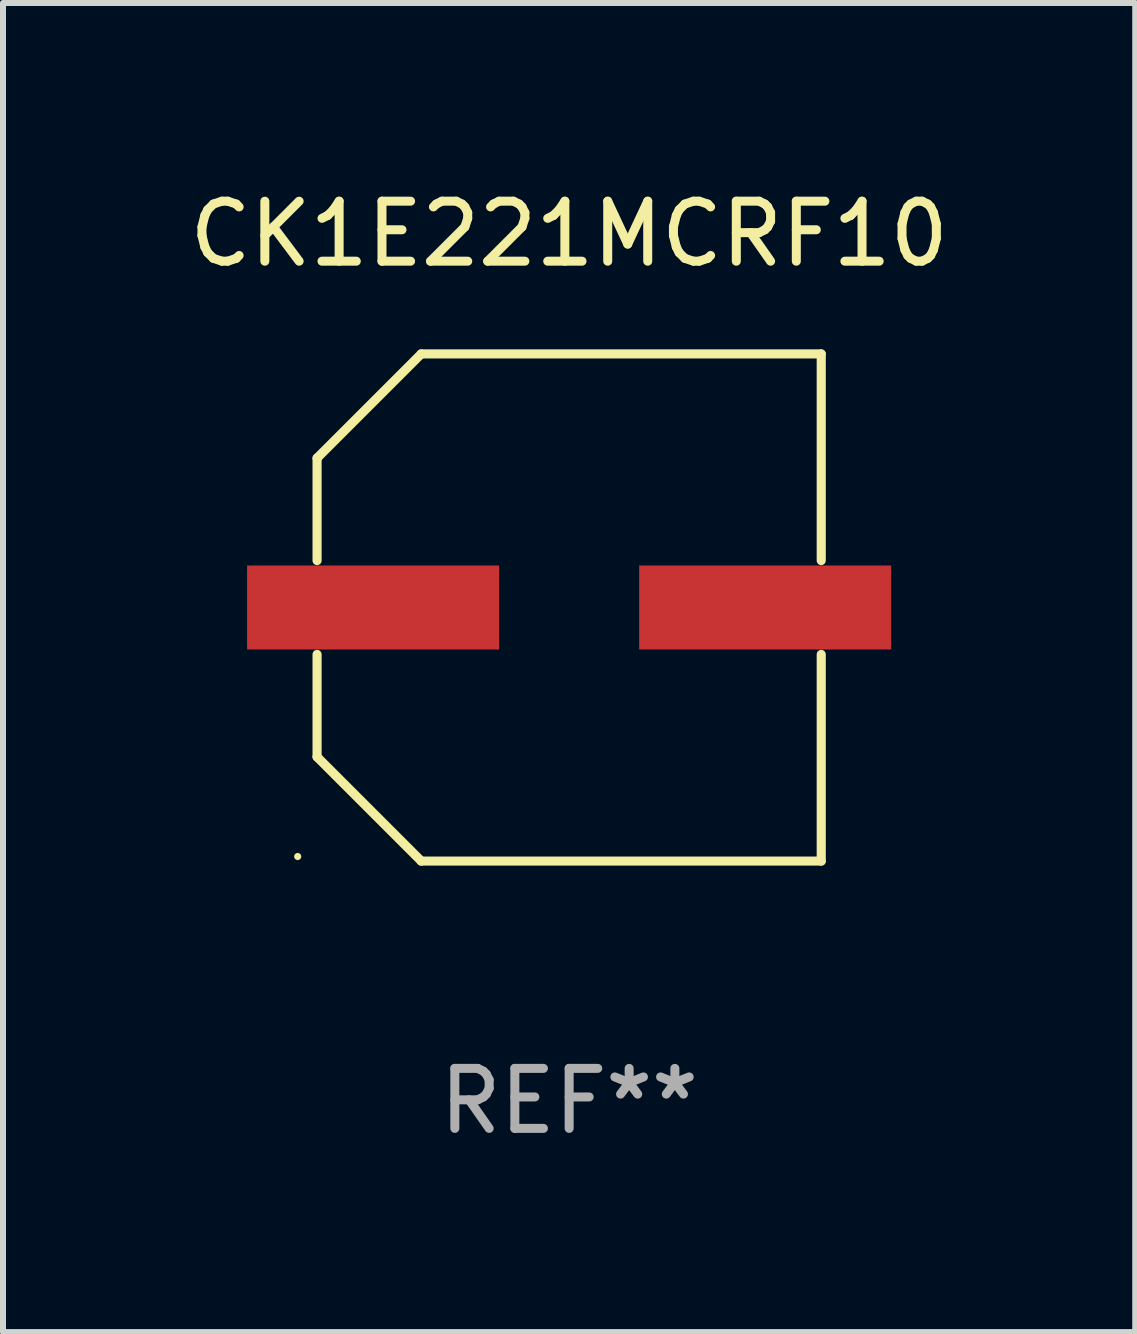
<source format=kicad_pcb>
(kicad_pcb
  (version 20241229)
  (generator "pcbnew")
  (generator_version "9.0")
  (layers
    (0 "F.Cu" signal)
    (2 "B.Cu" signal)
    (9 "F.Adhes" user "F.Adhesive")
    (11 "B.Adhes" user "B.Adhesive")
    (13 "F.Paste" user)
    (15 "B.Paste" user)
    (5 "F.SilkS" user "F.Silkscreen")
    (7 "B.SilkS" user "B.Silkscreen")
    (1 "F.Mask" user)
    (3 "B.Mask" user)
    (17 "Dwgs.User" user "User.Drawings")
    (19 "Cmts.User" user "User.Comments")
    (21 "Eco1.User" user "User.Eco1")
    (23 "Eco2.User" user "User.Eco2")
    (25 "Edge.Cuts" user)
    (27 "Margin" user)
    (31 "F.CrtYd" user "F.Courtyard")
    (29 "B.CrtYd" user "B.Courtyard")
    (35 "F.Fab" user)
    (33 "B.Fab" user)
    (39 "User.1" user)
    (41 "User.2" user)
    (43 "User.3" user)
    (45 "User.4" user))
  (footprint "CK1E221MCRF10"
    (layer "F.Cu")
    (at 6.435 7.074)
    (property "Reference" "CK1E221MCRF10" (at 0 -6.226 0) (layer "F.SilkS") (effects (font (size 1 1) (thickness 0.15))))
    (attr through_hole)
    (fp_line (start -4.201 -2.49) (end -4.201 -0.782) (stroke (width 0.152) (type solid)) (layer "F.SilkS"))
    (fp_line (start -4.201 2.49) (end -4.201 0.782) (stroke (width 0.152) (type solid)) (layer "F.SilkS"))
    (fp_line (start -2.465 -4.226) (end -4.201 -2.49) (stroke (width 0.152) (type solid)) (layer "F.SilkS"))
    (fp_line (start -2.465 4.226) (end -4.201 2.49) (stroke (width 0.152) (type solid)) (layer "F.SilkS"))
    (fp_line (start 4.201 -4.226) (end -2.465 -4.226) (stroke (width 0.152) (type solid)) (layer "F.SilkS"))
    (fp_line (start 4.201 -0.782) (end 4.201 -4.226) (stroke (width 0.152) (type solid)) (layer "F.SilkS"))
    (fp_line (start 4.201 0.782) (end 4.201 4.226) (stroke (width 0.152) (type solid)) (layer "F.SilkS"))
    (fp_line (start 4.201 4.226) (end -2.465 4.226) (stroke (width 0.152) (type solid)) (layer "F.SilkS"))
    (fp_circle (center -4.524 4.15) (end -4.494 4.15) (stroke (width 0.06) (type solid)) (fill no) (layer "F.SilkS"))
    (fp_text user "REF**" (at 0 8.226 0) (layer "F.Fab") (effects (font (size 1 1) (thickness 0.15))))
    (pad "1" smd rect (at -3.267 0) (size 4.2 1.4) (layers "F.Cu" "F.Mask" "F.Paste"))
    (pad "2" smd rect (at 3.267 0) (size 4.2 1.4) (layers "F.Cu" "F.Mask" "F.Paste")))
  (gr_rect
    (start -3 -3)
    (end 15.869 19.149)
    (stroke (width 0.1) (type default))
    (fill no)
    (layer "Edge.Cuts")))
</source>
